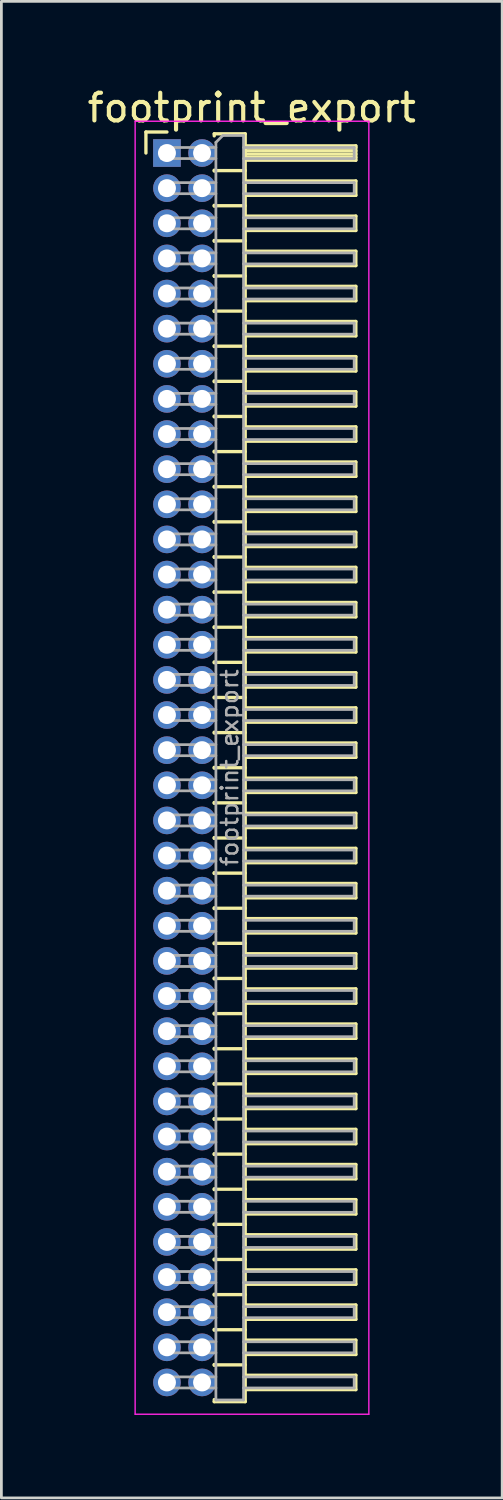
<source format=kicad_pcb>
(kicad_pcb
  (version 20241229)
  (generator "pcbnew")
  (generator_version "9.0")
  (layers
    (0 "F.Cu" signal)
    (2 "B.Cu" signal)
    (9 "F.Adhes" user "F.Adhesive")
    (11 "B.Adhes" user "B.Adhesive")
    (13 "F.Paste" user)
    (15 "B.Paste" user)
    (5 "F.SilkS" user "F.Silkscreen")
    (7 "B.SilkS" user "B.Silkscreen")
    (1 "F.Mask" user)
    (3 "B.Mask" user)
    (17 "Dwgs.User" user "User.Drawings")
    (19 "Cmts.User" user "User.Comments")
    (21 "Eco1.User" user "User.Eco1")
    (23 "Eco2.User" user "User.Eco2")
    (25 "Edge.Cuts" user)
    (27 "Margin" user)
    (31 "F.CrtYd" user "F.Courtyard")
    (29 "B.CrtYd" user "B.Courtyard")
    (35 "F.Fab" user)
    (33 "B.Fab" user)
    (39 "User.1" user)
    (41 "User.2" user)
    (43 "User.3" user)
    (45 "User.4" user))
  (footprint "footprint_export"
    (layer "F.Cu")
    (at 2.986 2.483)
    (property "Reference" "footprint_export" (at 3.067 -1.635 0) (layer "F.SilkS") (effects (font (size 1 1) (thickness 0.15))))
    (attr through_hole)
    (fp_line (start -0.76 -0.76) (end 0 -0.76) (stroke (width 0.12) (type solid)) (layer "F.SilkS"))
    (fp_line (start -0.76 0) (end -0.76 -0.76) (stroke (width 0.12) (type solid)) (layer "F.SilkS"))
    (fp_line (start 1.71 -0.695) (end 2.83 -0.695) (stroke (width 0.12) (type solid)) (layer "F.SilkS"))
    (fp_line (start 1.71 -0.62) (end 1.71 -0.695) (stroke (width 0.12) (type solid)) (layer "F.SilkS"))
    (fp_line (start 1.71 0.62) (end 1.71 0.65) (stroke (width 0.12) (type solid)) (layer "F.SilkS"))
    (fp_line (start 1.71 0.635) (end 2.83 0.635) (stroke (width 0.12) (type solid)) (layer "F.SilkS"))
    (fp_line (start 1.71 1.89) (end 1.71 1.92) (stroke (width 0.12) (type solid)) (layer "F.SilkS"))
    (fp_line (start 1.71 1.905) (end 2.83 1.905) (stroke (width 0.12) (type solid)) (layer "F.SilkS"))
    (fp_line (start 1.71 3.16) (end 1.71 3.19) (stroke (width 0.12) (type solid)) (layer "F.SilkS"))
    (fp_line (start 1.71 3.175) (end 2.83 3.175) (stroke (width 0.12) (type solid)) (layer "F.SilkS"))
    (fp_line (start 1.71 4.43) (end 1.71 4.46) (stroke (width 0.12) (type solid)) (layer "F.SilkS"))
    (fp_line (start 1.71 4.445) (end 2.83 4.445) (stroke (width 0.12) (type solid)) (layer "F.SilkS"))
    (fp_line (start 1.71 5.7) (end 1.71 5.73) (stroke (width 0.12) (type solid)) (layer "F.SilkS"))
    (fp_line (start 1.71 5.715) (end 2.83 5.715) (stroke (width 0.12) (type solid)) (layer "F.SilkS"))
    (fp_line (start 1.71 6.97) (end 1.71 7) (stroke (width 0.12) (type solid)) (layer "F.SilkS"))
    (fp_line (start 1.71 6.985) (end 2.83 6.985) (stroke (width 0.12) (type solid)) (layer "F.SilkS"))
    (fp_line (start 1.71 8.24) (end 1.71 8.27) (stroke (width 0.12) (type solid)) (layer "F.SilkS"))
    (fp_line (start 1.71 8.255) (end 2.83 8.255) (stroke (width 0.12) (type solid)) (layer "F.SilkS"))
    (fp_line (start 1.71 9.51) (end 1.71 9.54) (stroke (width 0.12) (type solid)) (layer "F.SilkS"))
    (fp_line (start 1.71 9.525) (end 2.83 9.525) (stroke (width 0.12) (type solid)) (layer "F.SilkS"))
    (fp_line (start 1.71 10.78) (end 1.71 10.81) (stroke (width 0.12) (type solid)) (layer "F.SilkS"))
    (fp_line (start 1.71 10.795) (end 2.83 10.795) (stroke (width 0.12) (type solid)) (layer "F.SilkS"))
    (fp_line (start 1.71 12.05) (end 1.71 12.08) (stroke (width 0.12) (type solid)) (layer "F.SilkS"))
    (fp_line (start 1.71 12.065) (end 2.83 12.065) (stroke (width 0.12) (type solid)) (layer "F.SilkS"))
    (fp_line (start 1.71 13.32) (end 1.71 13.35) (stroke (width 0.12) (type solid)) (layer "F.SilkS"))
    (fp_line (start 1.71 13.335) (end 2.83 13.335) (stroke (width 0.12) (type solid)) (layer "F.SilkS"))
    (fp_line (start 1.71 14.59) (end 1.71 14.62) (stroke (width 0.12) (type solid)) (layer "F.SilkS"))
    (fp_line (start 1.71 14.605) (end 2.83 14.605) (stroke (width 0.12) (type solid)) (layer "F.SilkS"))
    (fp_line (start 1.71 15.86) (end 1.71 15.89) (stroke (width 0.12) (type solid)) (layer "F.SilkS"))
    (fp_line (start 1.71 15.875) (end 2.83 15.875) (stroke (width 0.12) (type solid)) (layer "F.SilkS"))
    (fp_line (start 1.71 17.13) (end 1.71 17.16) (stroke (width 0.12) (type solid)) (layer "F.SilkS"))
    (fp_line (start 1.71 17.145) (end 2.83 17.145) (stroke (width 0.12) (type solid)) (layer "F.SilkS"))
    (fp_line (start 1.71 18.4) (end 1.71 18.43) (stroke (width 0.12) (type solid)) (layer "F.SilkS"))
    (fp_line (start 1.71 18.415) (end 2.83 18.415) (stroke (width 0.12) (type solid)) (layer "F.SilkS"))
    (fp_line (start 1.71 19.67) (end 1.71 19.7) (stroke (width 0.12) (type solid)) (layer "F.SilkS"))
    (fp_line (start 1.71 19.685) (end 2.83 19.685) (stroke (width 0.12) (type solid)) (layer "F.SilkS"))
    (fp_line (start 1.71 20.94) (end 1.71 20.97) (stroke (width 0.12) (type solid)) (layer "F.SilkS"))
    (fp_line (start 1.71 20.955) (end 2.83 20.955) (stroke (width 0.12) (type solid)) (layer "F.SilkS"))
    (fp_line (start 1.71 22.21) (end 1.71 22.24) (stroke (width 0.12) (type solid)) (layer "F.SilkS"))
    (fp_line (start 1.71 22.225) (end 2.83 22.225) (stroke (width 0.12) (type solid)) (layer "F.SilkS"))
    (fp_line (start 1.71 23.48) (end 1.71 23.51) (stroke (width 0.12) (type solid)) (layer "F.SilkS"))
    (fp_line (start 1.71 23.495) (end 2.83 23.495) (stroke (width 0.12) (type solid)) (layer "F.SilkS"))
    (fp_line (start 1.71 24.75) (end 1.71 24.78) (stroke (width 0.12) (type solid)) (layer "F.SilkS"))
    (fp_line (start 1.71 24.765) (end 2.83 24.765) (stroke (width 0.12) (type solid)) (layer "F.SilkS"))
    (fp_line (start 1.71 26.02) (end 1.71 26.05) (stroke (width 0.12) (type solid)) (layer "F.SilkS"))
    (fp_line (start 1.71 26.035) (end 2.83 26.035) (stroke (width 0.12) (type solid)) (layer "F.SilkS"))
    (fp_line (start 1.71 27.29) (end 1.71 27.32) (stroke (width 0.12) (type solid)) (layer "F.SilkS"))
    (fp_line (start 1.71 27.305) (end 2.83 27.305) (stroke (width 0.12) (type solid)) (layer "F.SilkS"))
    (fp_line (start 1.71 28.56) (end 1.71 28.59) (stroke (width 0.12) (type solid)) (layer "F.SilkS"))
    (fp_line (start 1.71 28.575) (end 2.83 28.575) (stroke (width 0.12) (type solid)) (layer "F.SilkS"))
    (fp_line (start 1.71 29.83) (end 1.71 29.86) (stroke (width 0.12) (type solid)) (layer "F.SilkS"))
    (fp_line (start 1.71 29.845) (end 2.83 29.845) (stroke (width 0.12) (type solid)) (layer "F.SilkS"))
    (fp_line (start 1.71 31.1) (end 1.71 31.13) (stroke (width 0.12) (type solid)) (layer "F.SilkS"))
    (fp_line (start 1.71 31.115) (end 2.83 31.115) (stroke (width 0.12) (type solid)) (layer "F.SilkS"))
    (fp_line (start 1.71 32.37) (end 1.71 32.4) (stroke (width 0.12) (type solid)) (layer "F.SilkS"))
    (fp_line (start 1.71 32.385) (end 2.83 32.385) (stroke (width 0.12) (type solid)) (layer "F.SilkS"))
    (fp_line (start 1.71 33.64) (end 1.71 33.67) (stroke (width 0.12) (type solid)) (layer "F.SilkS"))
    (fp_line (start 1.71 33.655) (end 2.83 33.655) (stroke (width 0.12) (type solid)) (layer "F.SilkS"))
    (fp_line (start 1.71 34.91) (end 1.71 34.94) (stroke (width 0.12) (type solid)) (layer "F.SilkS"))
    (fp_line (start 1.71 34.925) (end 2.83 34.925) (stroke (width 0.12) (type solid)) (layer "F.SilkS"))
    (fp_line (start 1.71 36.18) (end 1.71 36.21) (stroke (width 0.12) (type solid)) (layer "F.SilkS"))
    (fp_line (start 1.71 36.195) (end 2.83 36.195) (stroke (width 0.12) (type solid)) (layer "F.SilkS"))
    (fp_line (start 1.71 37.45) (end 1.71 37.48) (stroke (width 0.12) (type solid)) (layer "F.SilkS"))
    (fp_line (start 1.71 37.465) (end 2.83 37.465) (stroke (width 0.12) (type solid)) (layer "F.SilkS"))
    (fp_line (start 1.71 38.72) (end 1.71 38.75) (stroke (width 0.12) (type solid)) (layer "F.SilkS"))
    (fp_line (start 1.71 38.735) (end 2.83 38.735) (stroke (width 0.12) (type solid)) (layer "F.SilkS"))
    (fp_line (start 1.71 39.99) (end 1.71 40.02) (stroke (width 0.12) (type solid)) (layer "F.SilkS"))
    (fp_line (start 1.71 40.005) (end 2.83 40.005) (stroke (width 0.12) (type solid)) (layer "F.SilkS"))
    (fp_line (start 1.71 41.26) (end 1.71 41.29) (stroke (width 0.12) (type solid)) (layer "F.SilkS"))
    (fp_line (start 1.71 41.275) (end 2.83 41.275) (stroke (width 0.12) (type solid)) (layer "F.SilkS"))
    (fp_line (start 1.71 42.53) (end 1.71 42.56) (stroke (width 0.12) (type solid)) (layer "F.SilkS"))
    (fp_line (start 1.71 42.545) (end 2.83 42.545) (stroke (width 0.12) (type solid)) (layer "F.SilkS"))
    (fp_line (start 1.71 43.8) (end 1.71 43.83) (stroke (width 0.12) (type solid)) (layer "F.SilkS"))
    (fp_line (start 1.71 43.815) (end 2.83 43.815) (stroke (width 0.12) (type solid)) (layer "F.SilkS"))
    (fp_line (start 1.71 45.145) (end 1.71 45.07) (stroke (width 0.12) (type solid)) (layer "F.SilkS"))
    (fp_line (start 2.83 -0.695) (end 2.83 45.145) (stroke (width 0.12) (type solid)) (layer "F.SilkS"))
    (fp_line (start 2.83 -0.26) (end 6.83 -0.26) (stroke (width 0.12) (type solid)) (layer "F.SilkS"))
    (fp_line (start 2.83 -0.2) (end 6.83 -0.2) (stroke (width 0.12) (type solid)) (layer "F.SilkS"))
    (fp_line (start 2.83 -0.08) (end 6.83 -0.08) (stroke (width 0.12) (type solid)) (layer "F.SilkS"))
    (fp_line (start 2.83 0.04) (end 6.83 0.04) (stroke (width 0.12) (type solid)) (layer "F.SilkS"))
    (fp_line (start 2.83 0.16) (end 6.83 0.16) (stroke (width 0.12) (type solid)) (layer "F.SilkS"))
    (fp_line (start 2.83 1.01) (end 6.83 1.01) (stroke (width 0.12) (type solid)) (layer "F.SilkS"))
    (fp_line (start 2.83 2.28) (end 6.83 2.28) (stroke (width 0.12) (type solid)) (layer "F.SilkS"))
    (fp_line (start 2.83 3.55) (end 6.83 3.55) (stroke (width 0.12) (type solid)) (layer "F.SilkS"))
    (fp_line (start 2.83 4.82) (end 6.83 4.82) (stroke (width 0.12) (type solid)) (layer "F.SilkS"))
    (fp_line (start 2.83 6.09) (end 6.83 6.09) (stroke (width 0.12) (type solid)) (layer "F.SilkS"))
    (fp_line (start 2.83 7.36) (end 6.83 7.36) (stroke (width 0.12) (type solid)) (layer "F.SilkS"))
    (fp_line (start 2.83 8.63) (end 6.83 8.63) (stroke (width 0.12) (type solid)) (layer "F.SilkS"))
    (fp_line (start 2.83 9.9) (end 6.83 9.9) (stroke (width 0.12) (type solid)) (layer "F.SilkS"))
    (fp_line (start 2.83 11.17) (end 6.83 11.17) (stroke (width 0.12) (type solid)) (layer "F.SilkS"))
    (fp_line (start 2.83 12.44) (end 6.83 12.44) (stroke (width 0.12) (type solid)) (layer "F.SilkS"))
    (fp_line (start 2.83 13.71) (end 6.83 13.71) (stroke (width 0.12) (type solid)) (layer "F.SilkS"))
    (fp_line (start 2.83 14.98) (end 6.83 14.98) (stroke (width 0.12) (type solid)) (layer "F.SilkS"))
    (fp_line (start 2.83 16.25) (end 6.83 16.25) (stroke (width 0.12) (type solid)) (layer "F.SilkS"))
    (fp_line (start 2.83 17.52) (end 6.83 17.52) (stroke (width 0.12) (type solid)) (layer "F.SilkS"))
    (fp_line (start 2.83 18.79) (end 6.83 18.79) (stroke (width 0.12) (type solid)) (layer "F.SilkS"))
    (fp_line (start 2.83 20.06) (end 6.83 20.06) (stroke (width 0.12) (type solid)) (layer "F.SilkS"))
    (fp_line (start 2.83 21.33) (end 6.83 21.33) (stroke (width 0.12) (type solid)) (layer "F.SilkS"))
    (fp_line (start 2.83 22.6) (end 6.83 22.6) (stroke (width 0.12) (type solid)) (layer "F.SilkS"))
    (fp_line (start 2.83 23.87) (end 6.83 23.87) (stroke (width 0.12) (type solid)) (layer "F.SilkS"))
    (fp_line (start 2.83 25.14) (end 6.83 25.14) (stroke (width 0.12) (type solid)) (layer "F.SilkS"))
    (fp_line (start 2.83 26.41) (end 6.83 26.41) (stroke (width 0.12) (type solid)) (layer "F.SilkS"))
    (fp_line (start 2.83 27.68) (end 6.83 27.68) (stroke (width 0.12) (type solid)) (layer "F.SilkS"))
    (fp_line (start 2.83 28.95) (end 6.83 28.95) (stroke (width 0.12) (type solid)) (layer "F.SilkS"))
    (fp_line (start 2.83 30.22) (end 6.83 30.22) (stroke (width 0.12) (type solid)) (layer "F.SilkS"))
    (fp_line (start 2.83 31.49) (end 6.83 31.49) (stroke (width 0.12) (type solid)) (layer "F.SilkS"))
    (fp_line (start 2.83 32.76) (end 6.83 32.76) (stroke (width 0.12) (type solid)) (layer "F.SilkS"))
    (fp_line (start 2.83 34.03) (end 6.83 34.03) (stroke (width 0.12) (type solid)) (layer "F.SilkS"))
    (fp_line (start 2.83 35.3) (end 6.83 35.3) (stroke (width 0.12) (type solid)) (layer "F.SilkS"))
    (fp_line (start 2.83 36.57) (end 6.83 36.57) (stroke (width 0.12) (type solid)) (layer "F.SilkS"))
    (fp_line (start 2.83 37.84) (end 6.83 37.84) (stroke (width 0.12) (type solid)) (layer "F.SilkS"))
    (fp_line (start 2.83 39.11) (end 6.83 39.11) (stroke (width 0.12) (type solid)) (layer "F.SilkS"))
    (fp_line (start 2.83 40.38) (end 6.83 40.38) (stroke (width 0.12) (type solid)) (layer "F.SilkS"))
    (fp_line (start 2.83 41.65) (end 6.83 41.65) (stroke (width 0.12) (type solid)) (layer "F.SilkS"))
    (fp_line (start 2.83 42.92) (end 6.83 42.92) (stroke (width 0.12) (type solid)) (layer "F.SilkS"))
    (fp_line (start 2.83 44.19) (end 6.83 44.19) (stroke (width 0.12) (type solid)) (layer "F.SilkS"))
    (fp_line (start 2.83 45.145) (end 1.71 45.145) (stroke (width 0.12) (type solid)) (layer "F.SilkS"))
    (fp_line (start 6.83 -0.26) (end 6.83 0.26) (stroke (width 0.12) (type solid)) (layer "F.SilkS"))
    (fp_line (start 6.83 0.26) (end 2.83 0.26) (stroke (width 0.12) (type solid)) (layer "F.SilkS"))
    (fp_line (start 6.83 1.01) (end 6.83 1.53) (stroke (width 0.12) (type solid)) (layer "F.SilkS"))
    (fp_line (start 6.83 1.53) (end 2.83 1.53) (stroke (width 0.12) (type solid)) (layer "F.SilkS"))
    (fp_line (start 6.83 2.28) (end 6.83 2.8) (stroke (width 0.12) (type solid)) (layer "F.SilkS"))
    (fp_line (start 6.83 2.8) (end 2.83 2.8) (stroke (width 0.12) (type solid)) (layer "F.SilkS"))
    (fp_line (start 6.83 3.55) (end 6.83 4.07) (stroke (width 0.12) (type solid)) (layer "F.SilkS"))
    (fp_line (start 6.83 4.07) (end 2.83 4.07) (stroke (width 0.12) (type solid)) (layer "F.SilkS"))
    (fp_line (start 6.83 4.82) (end 6.83 5.34) (stroke (width 0.12) (type solid)) (layer "F.SilkS"))
    (fp_line (start 6.83 5.34) (end 2.83 5.34) (stroke (width 0.12) (type solid)) (layer "F.SilkS"))
    (fp_line (start 6.83 6.09) (end 6.83 6.61) (stroke (width 0.12) (type solid)) (layer "F.SilkS"))
    (fp_line (start 6.83 6.61) (end 2.83 6.61) (stroke (width 0.12) (type solid)) (layer "F.SilkS"))
    (fp_line (start 6.83 7.36) (end 6.83 7.88) (stroke (width 0.12) (type solid)) (layer "F.SilkS"))
    (fp_line (start 6.83 7.88) (end 2.83 7.88) (stroke (width 0.12) (type solid)) (layer "F.SilkS"))
    (fp_line (start 6.83 8.63) (end 6.83 9.15) (stroke (width 0.12) (type solid)) (layer "F.SilkS"))
    (fp_line (start 6.83 9.15) (end 2.83 9.15) (stroke (width 0.12) (type solid)) (layer "F.SilkS"))
    (fp_line (start 6.83 9.9) (end 6.83 10.42) (stroke (width 0.12) (type solid)) (layer "F.SilkS"))
    (fp_line (start 6.83 10.42) (end 2.83 10.42) (stroke (width 0.12) (type solid)) (layer "F.SilkS"))
    (fp_line (start 6.83 11.17) (end 6.83 11.69) (stroke (width 0.12) (type solid)) (layer "F.SilkS"))
    (fp_line (start 6.83 11.69) (end 2.83 11.69) (stroke (width 0.12) (type solid)) (layer "F.SilkS"))
    (fp_line (start 6.83 12.44) (end 6.83 12.96) (stroke (width 0.12) (type solid)) (layer "F.SilkS"))
    (fp_line (start 6.83 12.96) (end 2.83 12.96) (stroke (width 0.12) (type solid)) (layer "F.SilkS"))
    (fp_line (start 6.83 13.71) (end 6.83 14.23) (stroke (width 0.12) (type solid)) (layer "F.SilkS"))
    (fp_line (start 6.83 14.23) (end 2.83 14.23) (stroke (width 0.12) (type solid)) (layer "F.SilkS"))
    (fp_line (start 6.83 14.98) (end 6.83 15.5) (stroke (width 0.12) (type solid)) (layer "F.SilkS"))
    (fp_line (start 6.83 15.5) (end 2.83 15.5) (stroke (width 0.12) (type solid)) (layer "F.SilkS"))
    (fp_line (start 6.83 16.25) (end 6.83 16.77) (stroke (width 0.12) (type solid)) (layer "F.SilkS"))
    (fp_line (start 6.83 16.77) (end 2.83 16.77) (stroke (width 0.12) (type solid)) (layer "F.SilkS"))
    (fp_line (start 6.83 17.52) (end 6.83 18.04) (stroke (width 0.12) (type solid)) (layer "F.SilkS"))
    (fp_line (start 6.83 18.04) (end 2.83 18.04) (stroke (width 0.12) (type solid)) (layer "F.SilkS"))
    (fp_line (start 6.83 18.79) (end 6.83 19.31) (stroke (width 0.12) (type solid)) (layer "F.SilkS"))
    (fp_line (start 6.83 19.31) (end 2.83 19.31) (stroke (width 0.12) (type solid)) (layer "F.SilkS"))
    (fp_line (start 6.83 20.06) (end 6.83 20.58) (stroke (width 0.12) (type solid)) (layer "F.SilkS"))
    (fp_line (start 6.83 20.58) (end 2.83 20.58) (stroke (width 0.12) (type solid)) (layer "F.SilkS"))
    (fp_line (start 6.83 21.33) (end 6.83 21.85) (stroke (width 0.12) (type solid)) (layer "F.SilkS"))
    (fp_line (start 6.83 21.85) (end 2.83 21.85) (stroke (width 0.12) (type solid)) (layer "F.SilkS"))
    (fp_line (start 6.83 22.6) (end 6.83 23.12) (stroke (width 0.12) (type solid)) (layer "F.SilkS"))
    (fp_line (start 6.83 23.12) (end 2.83 23.12) (stroke (width 0.12) (type solid)) (layer "F.SilkS"))
    (fp_line (start 6.83 23.87) (end 6.83 24.39) (stroke (width 0.12) (type solid)) (layer "F.SilkS"))
    (fp_line (start 6.83 24.39) (end 2.83 24.39) (stroke (width 0.12) (type solid)) (layer "F.SilkS"))
    (fp_line (start 6.83 25.14) (end 6.83 25.66) (stroke (width 0.12) (type solid)) (layer "F.SilkS"))
    (fp_line (start 6.83 25.66) (end 2.83 25.66) (stroke (width 0.12) (type solid)) (layer "F.SilkS"))
    (fp_line (start 6.83 26.41) (end 6.83 26.93) (stroke (width 0.12) (type solid)) (layer "F.SilkS"))
    (fp_line (start 6.83 26.93) (end 2.83 26.93) (stroke (width 0.12) (type solid)) (layer "F.SilkS"))
    (fp_line (start 6.83 27.68) (end 6.83 28.2) (stroke (width 0.12) (type solid)) (layer "F.SilkS"))
    (fp_line (start 6.83 28.2) (end 2.83 28.2) (stroke (width 0.12) (type solid)) (layer "F.SilkS"))
    (fp_line (start 6.83 28.95) (end 6.83 29.47) (stroke (width 0.12) (type solid)) (layer "F.SilkS"))
    (fp_line (start 6.83 29.47) (end 2.83 29.47) (stroke (width 0.12) (type solid)) (layer "F.SilkS"))
    (fp_line (start 6.83 30.22) (end 6.83 30.74) (stroke (width 0.12) (type solid)) (layer "F.SilkS"))
    (fp_line (start 6.83 30.74) (end 2.83 30.74) (stroke (width 0.12) (type solid)) (layer "F.SilkS"))
    (fp_line (start 6.83 31.49) (end 6.83 32.01) (stroke (width 0.12) (type solid)) (layer "F.SilkS"))
    (fp_line (start 6.83 32.01) (end 2.83 32.01) (stroke (width 0.12) (type solid)) (layer "F.SilkS"))
    (fp_line (start 6.83 32.76) (end 6.83 33.28) (stroke (width 0.12) (type solid)) (layer "F.SilkS"))
    (fp_line (start 6.83 33.28) (end 2.83 33.28) (stroke (width 0.12) (type solid)) (layer "F.SilkS"))
    (fp_line (start 6.83 34.03) (end 6.83 34.55) (stroke (width 0.12) (type solid)) (layer "F.SilkS"))
    (fp_line (start 6.83 34.55) (end 2.83 34.55) (stroke (width 0.12) (type solid)) (layer "F.SilkS"))
    (fp_line (start 6.83 35.3) (end 6.83 35.82) (stroke (width 0.12) (type solid)) (layer "F.SilkS"))
    (fp_line (start 6.83 35.82) (end 2.83 35.82) (stroke (width 0.12) (type solid)) (layer "F.SilkS"))
    (fp_line (start 6.83 36.57) (end 6.83 37.09) (stroke (width 0.12) (type solid)) (layer "F.SilkS"))
    (fp_line (start 6.83 37.09) (end 2.83 37.09) (stroke (width 0.12) (type solid)) (layer "F.SilkS"))
    (fp_line (start 6.83 37.84) (end 6.83 38.36) (stroke (width 0.12) (type solid)) (layer "F.SilkS"))
    (fp_line (start 6.83 38.36) (end 2.83 38.36) (stroke (width 0.12) (type solid)) (layer "F.SilkS"))
    (fp_line (start 6.83 39.11) (end 6.83 39.63) (stroke (width 0.12) (type solid)) (layer "F.SilkS"))
    (fp_line (start 6.83 39.63) (end 2.83 39.63) (stroke (width 0.12) (type solid)) (layer "F.SilkS"))
    (fp_line (start 6.83 40.38) (end 6.83 40.9) (stroke (width 0.12) (type solid)) (layer "F.SilkS"))
    (fp_line (start 6.83 40.9) (end 2.83 40.9) (stroke (width 0.12) (type solid)) (layer "F.SilkS"))
    (fp_line (start 6.83 41.65) (end 6.83 42.17) (stroke (width 0.12) (type solid)) (layer "F.SilkS"))
    (fp_line (start 6.83 42.17) (end 2.83 42.17) (stroke (width 0.12) (type solid)) (layer "F.SilkS"))
    (fp_line (start 6.83 42.92) (end 6.83 43.44) (stroke (width 0.12) (type solid)) (layer "F.SilkS"))
    (fp_line (start 6.83 43.44) (end 2.83 43.44) (stroke (width 0.12) (type solid)) (layer "F.SilkS"))
    (fp_line (start 6.83 44.19) (end 6.83 44.71) (stroke (width 0.12) (type solid)) (layer "F.SilkS"))
    (fp_line (start 6.83 44.71) (end 2.83 44.71) (stroke (width 0.12) (type solid)) (layer "F.SilkS"))
    (fp_line (start -1.15 -1.15) (end -1.15 45.6) (stroke (width 0.05) (type solid)) (layer "F.CrtYd"))
    (fp_line (start -1.15 45.6) (end 7.3 45.6) (stroke (width 0.05) (type solid)) (layer "F.CrtYd"))
    (fp_line (start 7.3 -1.15) (end -1.15 -1.15) (stroke (width 0.05) (type solid)) (layer "F.CrtYd"))
    (fp_line (start 7.3 45.6) (end 7.3 -1.15) (stroke (width 0.05) (type solid)) (layer "F.CrtYd"))
    (fp_line (start -0.2 -0.2) (end -0.2 0.2) (stroke (width 0.1) (type solid)) (layer "F.Fab"))
    (fp_line (start -0.2 -0.2) (end 1.77 -0.2) (stroke (width 0.1) (type solid)) (layer "F.Fab"))
    (fp_line (start -0.2 0.2) (end 1.77 0.2) (stroke (width 0.1) (type solid)) (layer "F.Fab"))
    (fp_line (start -0.2 1.07) (end -0.2 1.47) (stroke (width 0.1) (type solid)) (layer "F.Fab"))
    (fp_line (start -0.2 1.07) (end 1.77 1.07) (stroke (width 0.1) (type solid)) (layer "F.Fab"))
    (fp_line (start -0.2 1.47) (end 1.77 1.47) (stroke (width 0.1) (type solid)) (layer "F.Fab"))
    (fp_line (start -0.2 2.34) (end -0.2 2.74) (stroke (width 0.1) (type solid)) (layer "F.Fab"))
    (fp_line (start -0.2 2.34) (end 1.77 2.34) (stroke (width 0.1) (type solid)) (layer "F.Fab"))
    (fp_line (start -0.2 2.74) (end 1.77 2.74) (stroke (width 0.1) (type solid)) (layer "F.Fab"))
    (fp_line (start -0.2 3.61) (end -0.2 4.01) (stroke (width 0.1) (type solid)) (layer "F.Fab"))
    (fp_line (start -0.2 3.61) (end 1.77 3.61) (stroke (width 0.1) (type solid)) (layer "F.Fab"))
    (fp_line (start -0.2 4.01) (end 1.77 4.01) (stroke (width 0.1) (type solid)) (layer "F.Fab"))
    (fp_line (start -0.2 4.88) (end -0.2 5.28) (stroke (width 0.1) (type solid)) (layer "F.Fab"))
    (fp_line (start -0.2 4.88) (end 1.77 4.88) (stroke (width 0.1) (type solid)) (layer "F.Fab"))
    (fp_line (start -0.2 5.28) (end 1.77 5.28) (stroke (width 0.1) (type solid)) (layer "F.Fab"))
    (fp_line (start -0.2 6.15) (end -0.2 6.55) (stroke (width 0.1) (type solid)) (layer "F.Fab"))
    (fp_line (start -0.2 6.15) (end 1.77 6.15) (stroke (width 0.1) (type solid)) (layer "F.Fab"))
    (fp_line (start -0.2 6.55) (end 1.77 6.55) (stroke (width 0.1) (type solid)) (layer "F.Fab"))
    (fp_line (start -0.2 7.42) (end -0.2 7.82) (stroke (width 0.1) (type solid)) (layer "F.Fab"))
    (fp_line (start -0.2 7.42) (end 1.77 7.42) (stroke (width 0.1) (type solid)) (layer "F.Fab"))
    (fp_line (start -0.2 7.82) (end 1.77 7.82) (stroke (width 0.1) (type solid)) (layer "F.Fab"))
    (fp_line (start -0.2 8.69) (end -0.2 9.09) (stroke (width 0.1) (type solid)) (layer "F.Fab"))
    (fp_line (start -0.2 8.69) (end 1.77 8.69) (stroke (width 0.1) (type solid)) (layer "F.Fab"))
    (fp_line (start -0.2 9.09) (end 1.77 9.09) (stroke (width 0.1) (type solid)) (layer "F.Fab"))
    (fp_line (start -0.2 9.96) (end -0.2 10.36) (stroke (width 0.1) (type solid)) (layer "F.Fab"))
    (fp_line (start -0.2 9.96) (end 1.77 9.96) (stroke (width 0.1) (type solid)) (layer "F.Fab"))
    (fp_line (start -0.2 10.36) (end 1.77 10.36) (stroke (width 0.1) (type solid)) (layer "F.Fab"))
    (fp_line (start -0.2 11.23) (end -0.2 11.63) (stroke (width 0.1) (type solid)) (layer "F.Fab"))
    (fp_line (start -0.2 11.23) (end 1.77 11.23) (stroke (width 0.1) (type solid)) (layer "F.Fab"))
    (fp_line (start -0.2 11.63) (end 1.77 11.63) (stroke (width 0.1) (type solid)) (layer "F.Fab"))
    (fp_line (start -0.2 12.5) (end -0.2 12.9) (stroke (width 0.1) (type solid)) (layer "F.Fab"))
    (fp_line (start -0.2 12.5) (end 1.77 12.5) (stroke (width 0.1) (type solid)) (layer "F.Fab"))
    (fp_line (start -0.2 12.9) (end 1.77 12.9) (stroke (width 0.1) (type solid)) (layer "F.Fab"))
    (fp_line (start -0.2 13.77) (end -0.2 14.17) (stroke (width 0.1) (type solid)) (layer "F.Fab"))
    (fp_line (start -0.2 13.77) (end 1.77 13.77) (stroke (width 0.1) (type solid)) (layer "F.Fab"))
    (fp_line (start -0.2 14.17) (end 1.77 14.17) (stroke (width 0.1) (type solid)) (layer "F.Fab"))
    (fp_line (start -0.2 15.04) (end -0.2 15.44) (stroke (width 0.1) (type solid)) (layer "F.Fab"))
    (fp_line (start -0.2 15.04) (end 1.77 15.04) (stroke (width 0.1) (type solid)) (layer "F.Fab"))
    (fp_line (start -0.2 15.44) (end 1.77 15.44) (stroke (width 0.1) (type solid)) (layer "F.Fab"))
    (fp_line (start -0.2 16.31) (end -0.2 16.71) (stroke (width 0.1) (type solid)) (layer "F.Fab"))
    (fp_line (start -0.2 16.31) (end 1.77 16.31) (stroke (width 0.1) (type solid)) (layer "F.Fab"))
    (fp_line (start -0.2 16.71) (end 1.77 16.71) (stroke (width 0.1) (type solid)) (layer "F.Fab"))
    (fp_line (start -0.2 17.58) (end -0.2 17.98) (stroke (width 0.1) (type solid)) (layer "F.Fab"))
    (fp_line (start -0.2 17.58) (end 1.77 17.58) (stroke (width 0.1) (type solid)) (layer "F.Fab"))
    (fp_line (start -0.2 17.98) (end 1.77 17.98) (stroke (width 0.1) (type solid)) (layer "F.Fab"))
    (fp_line (start -0.2 18.85) (end -0.2 19.25) (stroke (width 0.1) (type solid)) (layer "F.Fab"))
    (fp_line (start -0.2 18.85) (end 1.77 18.85) (stroke (width 0.1) (type solid)) (layer "F.Fab"))
    (fp_line (start -0.2 19.25) (end 1.77 19.25) (stroke (width 0.1) (type solid)) (layer "F.Fab"))
    (fp_line (start -0.2 20.12) (end -0.2 20.52) (stroke (width 0.1) (type solid)) (layer "F.Fab"))
    (fp_line (start -0.2 20.12) (end 1.77 20.12) (stroke (width 0.1) (type solid)) (layer "F.Fab"))
    (fp_line (start -0.2 20.52) (end 1.77 20.52) (stroke (width 0.1) (type solid)) (layer "F.Fab"))
    (fp_line (start -0.2 21.39) (end -0.2 21.79) (stroke (width 0.1) (type solid)) (layer "F.Fab"))
    (fp_line (start -0.2 21.39) (end 1.77 21.39) (stroke (width 0.1) (type solid)) (layer "F.Fab"))
    (fp_line (start -0.2 21.79) (end 1.77 21.79) (stroke (width 0.1) (type solid)) (layer "F.Fab"))
    (fp_line (start -0.2 22.66) (end -0.2 23.06) (stroke (width 0.1) (type solid)) (layer "F.Fab"))
    (fp_line (start -0.2 22.66) (end 1.77 22.66) (stroke (width 0.1) (type solid)) (layer "F.Fab"))
    (fp_line (start -0.2 23.06) (end 1.77 23.06) (stroke (width 0.1) (type solid)) (layer "F.Fab"))
    (fp_line (start -0.2 23.93) (end -0.2 24.33) (stroke (width 0.1) (type solid)) (layer "F.Fab"))
    (fp_line (start -0.2 23.93) (end 1.77 23.93) (stroke (width 0.1) (type solid)) (layer "F.Fab"))
    (fp_line (start -0.2 24.33) (end 1.77 24.33) (stroke (width 0.1) (type solid)) (layer "F.Fab"))
    (fp_line (start -0.2 25.2) (end -0.2 25.6) (stroke (width 0.1) (type solid)) (layer "F.Fab"))
    (fp_line (start -0.2 25.2) (end 1.77 25.2) (stroke (width 0.1) (type solid)) (layer "F.Fab"))
    (fp_line (start -0.2 25.6) (end 1.77 25.6) (stroke (width 0.1) (type solid)) (layer "F.Fab"))
    (fp_line (start -0.2 26.47) (end -0.2 26.87) (stroke (width 0.1) (type solid)) (layer "F.Fab"))
    (fp_line (start -0.2 26.47) (end 1.77 26.47) (stroke (width 0.1) (type solid)) (layer "F.Fab"))
    (fp_line (start -0.2 26.87) (end 1.77 26.87) (stroke (width 0.1) (type solid)) (layer "F.Fab"))
    (fp_line (start -0.2 27.74) (end -0.2 28.14) (stroke (width 0.1) (type solid)) (layer "F.Fab"))
    (fp_line (start -0.2 27.74) (end 1.77 27.74) (stroke (width 0.1) (type solid)) (layer "F.Fab"))
    (fp_line (start -0.2 28.14) (end 1.77 28.14) (stroke (width 0.1) (type solid)) (layer "F.Fab"))
    (fp_line (start -0.2 29.01) (end -0.2 29.41) (stroke (width 0.1) (type solid)) (layer "F.Fab"))
    (fp_line (start -0.2 29.01) (end 1.77 29.01) (stroke (width 0.1) (type solid)) (layer "F.Fab"))
    (fp_line (start -0.2 29.41) (end 1.77 29.41) (stroke (width 0.1) (type solid)) (layer "F.Fab"))
    (fp_line (start -0.2 30.28) (end -0.2 30.68) (stroke (width 0.1) (type solid)) (layer "F.Fab"))
    (fp_line (start -0.2 30.28) (end 1.77 30.28) (stroke (width 0.1) (type solid)) (layer "F.Fab"))
    (fp_line (start -0.2 30.68) (end 1.77 30.68) (stroke (width 0.1) (type solid)) (layer "F.Fab"))
    (fp_line (start -0.2 31.55) (end -0.2 31.95) (stroke (width 0.1) (type solid)) (layer "F.Fab"))
    (fp_line (start -0.2 31.55) (end 1.77 31.55) (stroke (width 0.1) (type solid)) (layer "F.Fab"))
    (fp_line (start -0.2 31.95) (end 1.77 31.95) (stroke (width 0.1) (type solid)) (layer "F.Fab"))
    (fp_line (start -0.2 32.82) (end -0.2 33.22) (stroke (width 0.1) (type solid)) (layer "F.Fab"))
    (fp_line (start -0.2 32.82) (end 1.77 32.82) (stroke (width 0.1) (type solid)) (layer "F.Fab"))
    (fp_line (start -0.2 33.22) (end 1.77 33.22) (stroke (width 0.1) (type solid)) (layer "F.Fab"))
    (fp_line (start -0.2 34.09) (end -0.2 34.49) (stroke (width 0.1) (type solid)) (layer "F.Fab"))
    (fp_line (start -0.2 34.09) (end 1.77 34.09) (stroke (width 0.1) (type solid)) (layer "F.Fab"))
    (fp_line (start -0.2 34.49) (end 1.77 34.49) (stroke (width 0.1) (type solid)) (layer "F.Fab"))
    (fp_line (start -0.2 35.36) (end -0.2 35.76) (stroke (width 0.1) (type solid)) (layer "F.Fab"))
    (fp_line (start -0.2 35.36) (end 1.77 35.36) (stroke (width 0.1) (type solid)) (layer "F.Fab"))
    (fp_line (start -0.2 35.76) (end 1.77 35.76) (stroke (width 0.1) (type solid)) (layer "F.Fab"))
    (fp_line (start -0.2 36.63) (end -0.2 37.03) (stroke (width 0.1) (type solid)) (layer "F.Fab"))
    (fp_line (start -0.2 36.63) (end 1.77 36.63) (stroke (width 0.1) (type solid)) (layer "F.Fab"))
    (fp_line (start -0.2 37.03) (end 1.77 37.03) (stroke (width 0.1) (type solid)) (layer "F.Fab"))
    (fp_line (start -0.2 37.9) (end -0.2 38.3) (stroke (width 0.1) (type solid)) (layer "F.Fab"))
    (fp_line (start -0.2 37.9) (end 1.77 37.9) (stroke (width 0.1) (type solid)) (layer "F.Fab"))
    (fp_line (start -0.2 38.3) (end 1.77 38.3) (stroke (width 0.1) (type solid)) (layer "F.Fab"))
    (fp_line (start -0.2 39.17) (end -0.2 39.57) (stroke (width 0.1) (type solid)) (layer "F.Fab"))
    (fp_line (start -0.2 39.17) (end 1.77 39.17) (stroke (width 0.1) (type solid)) (layer "F.Fab"))
    (fp_line (start -0.2 39.57) (end 1.77 39.57) (stroke (width 0.1) (type solid)) (layer "F.Fab"))
    (fp_line (start -0.2 40.44) (end -0.2 40.84) (stroke (width 0.1) (type solid)) (layer "F.Fab"))
    (fp_line (start -0.2 40.44) (end 1.77 40.44) (stroke (width 0.1) (type solid)) (layer "F.Fab"))
    (fp_line (start -0.2 40.84) (end 1.77 40.84) (stroke (width 0.1) (type solid)) (layer "F.Fab"))
    (fp_line (start -0.2 41.71) (end -0.2 42.11) (stroke (width 0.1) (type solid)) (layer "F.Fab"))
    (fp_line (start -0.2 41.71) (end 1.77 41.71) (stroke (width 0.1) (type solid)) (layer "F.Fab"))
    (fp_line (start -0.2 42.11) (end 1.77 42.11) (stroke (width 0.1) (type solid)) (layer "F.Fab"))
    (fp_line (start -0.2 42.98) (end -0.2 43.38) (stroke (width 0.1) (type solid)) (layer "F.Fab"))
    (fp_line (start -0.2 42.98) (end 1.77 42.98) (stroke (width 0.1) (type solid)) (layer "F.Fab"))
    (fp_line (start -0.2 43.38) (end 1.77 43.38) (stroke (width 0.1) (type solid)) (layer "F.Fab"))
    (fp_line (start -0.2 44.25) (end -0.2 44.65) (stroke (width 0.1) (type solid)) (layer "F.Fab"))
    (fp_line (start -0.2 44.25) (end 1.77 44.25) (stroke (width 0.1) (type solid)) (layer "F.Fab"))
    (fp_line (start -0.2 44.65) (end 1.77 44.65) (stroke (width 0.1) (type solid)) (layer "F.Fab"))
    (fp_line (start 1.77 -0.385) (end 2.02 -0.635) (stroke (width 0.1) (type solid)) (layer "F.Fab"))
    (fp_line (start 1.77 45.085) (end 1.77 -0.385) (stroke (width 0.1) (type solid)) (layer "F.Fab"))
    (fp_line (start 2.02 -0.635) (end 2.77 -0.635) (stroke (width 0.1) (type solid)) (layer "F.Fab"))
    (fp_line (start 2.77 -0.635) (end 2.77 45.085) (stroke (width 0.1) (type solid)) (layer "F.Fab"))
    (fp_line (start 2.77 -0.2) (end 6.77 -0.2) (stroke (width 0.1) (type solid)) (layer "F.Fab"))
    (fp_line (start 2.77 0.2) (end 6.77 0.2) (stroke (width 0.1) (type solid)) (layer "F.Fab"))
    (fp_line (start 2.77 1.07) (end 6.77 1.07) (stroke (width 0.1) (type solid)) (layer "F.Fab"))
    (fp_line (start 2.77 1.47) (end 6.77 1.47) (stroke (width 0.1) (type solid)) (layer "F.Fab"))
    (fp_line (start 2.77 2.34) (end 6.77 2.34) (stroke (width 0.1) (type solid)) (layer "F.Fab"))
    (fp_line (start 2.77 2.74) (end 6.77 2.74) (stroke (width 0.1) (type solid)) (layer "F.Fab"))
    (fp_line (start 2.77 3.61) (end 6.77 3.61) (stroke (width 0.1) (type solid)) (layer "F.Fab"))
    (fp_line (start 2.77 4.01) (end 6.77 4.01) (stroke (width 0.1) (type solid)) (layer "F.Fab"))
    (fp_line (start 2.77 4.88) (end 6.77 4.88) (stroke (width 0.1) (type solid)) (layer "F.Fab"))
    (fp_line (start 2.77 5.28) (end 6.77 5.28) (stroke (width 0.1) (type solid)) (layer "F.Fab"))
    (fp_line (start 2.77 6.15) (end 6.77 6.15) (stroke (width 0.1) (type solid)) (layer "F.Fab"))
    (fp_line (start 2.77 6.55) (end 6.77 6.55) (stroke (width 0.1) (type solid)) (layer "F.Fab"))
    (fp_line (start 2.77 7.42) (end 6.77 7.42) (stroke (width 0.1) (type solid)) (layer "F.Fab"))
    (fp_line (start 2.77 7.82) (end 6.77 7.82) (stroke (width 0.1) (type solid)) (layer "F.Fab"))
    (fp_line (start 2.77 8.69) (end 6.77 8.69) (stroke (width 0.1) (type solid)) (layer "F.Fab"))
    (fp_line (start 2.77 9.09) (end 6.77 9.09) (stroke (width 0.1) (type solid)) (layer "F.Fab"))
    (fp_line (start 2.77 9.96) (end 6.77 9.96) (stroke (width 0.1) (type solid)) (layer "F.Fab"))
    (fp_line (start 2.77 10.36) (end 6.77 10.36) (stroke (width 0.1) (type solid)) (layer "F.Fab"))
    (fp_line (start 2.77 11.23) (end 6.77 11.23) (stroke (width 0.1) (type solid)) (layer "F.Fab"))
    (fp_line (start 2.77 11.63) (end 6.77 11.63) (stroke (width 0.1) (type solid)) (layer "F.Fab"))
    (fp_line (start 2.77 12.5) (end 6.77 12.5) (stroke (width 0.1) (type solid)) (layer "F.Fab"))
    (fp_line (start 2.77 12.9) (end 6.77 12.9) (stroke (width 0.1) (type solid)) (layer "F.Fab"))
    (fp_line (start 2.77 13.77) (end 6.77 13.77) (stroke (width 0.1) (type solid)) (layer "F.Fab"))
    (fp_line (start 2.77 14.17) (end 6.77 14.17) (stroke (width 0.1) (type solid)) (layer "F.Fab"))
    (fp_line (start 2.77 15.04) (end 6.77 15.04) (stroke (width 0.1) (type solid)) (layer "F.Fab"))
    (fp_line (start 2.77 15.44) (end 6.77 15.44) (stroke (width 0.1) (type solid)) (layer "F.Fab"))
    (fp_line (start 2.77 16.31) (end 6.77 16.31) (stroke (width 0.1) (type solid)) (layer "F.Fab"))
    (fp_line (start 2.77 16.71) (end 6.77 16.71) (stroke (width 0.1) (type solid)) (layer "F.Fab"))
    (fp_line (start 2.77 17.58) (end 6.77 17.58) (stroke (width 0.1) (type solid)) (layer "F.Fab"))
    (fp_line (start 2.77 17.98) (end 6.77 17.98) (stroke (width 0.1) (type solid)) (layer "F.Fab"))
    (fp_line (start 2.77 18.85) (end 6.77 18.85) (stroke (width 0.1) (type solid)) (layer "F.Fab"))
    (fp_line (start 2.77 19.25) (end 6.77 19.25) (stroke (width 0.1) (type solid)) (layer "F.Fab"))
    (fp_line (start 2.77 20.12) (end 6.77 20.12) (stroke (width 0.1) (type solid)) (layer "F.Fab"))
    (fp_line (start 2.77 20.52) (end 6.77 20.52) (stroke (width 0.1) (type solid)) (layer "F.Fab"))
    (fp_line (start 2.77 21.39) (end 6.77 21.39) (stroke (width 0.1) (type solid)) (layer "F.Fab"))
    (fp_line (start 2.77 21.79) (end 6.77 21.79) (stroke (width 0.1) (type solid)) (layer "F.Fab"))
    (fp_line (start 2.77 22.66) (end 6.77 22.66) (stroke (width 0.1) (type solid)) (layer "F.Fab"))
    (fp_line (start 2.77 23.06) (end 6.77 23.06) (stroke (width 0.1) (type solid)) (layer "F.Fab"))
    (fp_line (start 2.77 23.93) (end 6.77 23.93) (stroke (width 0.1) (type solid)) (layer "F.Fab"))
    (fp_line (start 2.77 24.33) (end 6.77 24.33) (stroke (width 0.1) (type solid)) (layer "F.Fab"))
    (fp_line (start 2.77 25.2) (end 6.77 25.2) (stroke (width 0.1) (type solid)) (layer "F.Fab"))
    (fp_line (start 2.77 25.6) (end 6.77 25.6) (stroke (width 0.1) (type solid)) (layer "F.Fab"))
    (fp_line (start 2.77 26.47) (end 6.77 26.47) (stroke (width 0.1) (type solid)) (layer "F.Fab"))
    (fp_line (start 2.77 26.87) (end 6.77 26.87) (stroke (width 0.1) (type solid)) (layer "F.Fab"))
    (fp_line (start 2.77 27.74) (end 6.77 27.74) (stroke (width 0.1) (type solid)) (layer "F.Fab"))
    (fp_line (start 2.77 28.14) (end 6.77 28.14) (stroke (width 0.1) (type solid)) (layer "F.Fab"))
    (fp_line (start 2.77 29.01) (end 6.77 29.01) (stroke (width 0.1) (type solid)) (layer "F.Fab"))
    (fp_line (start 2.77 29.41) (end 6.77 29.41) (stroke (width 0.1) (type solid)) (layer "F.Fab"))
    (fp_line (start 2.77 30.28) (end 6.77 30.28) (stroke (width 0.1) (type solid)) (layer "F.Fab"))
    (fp_line (start 2.77 30.68) (end 6.77 30.68) (stroke (width 0.1) (type solid)) (layer "F.Fab"))
    (fp_line (start 2.77 31.55) (end 6.77 31.55) (stroke (width 0.1) (type solid)) (layer "F.Fab"))
    (fp_line (start 2.77 31.95) (end 6.77 31.95) (stroke (width 0.1) (type solid)) (layer "F.Fab"))
    (fp_line (start 2.77 32.82) (end 6.77 32.82) (stroke (width 0.1) (type solid)) (layer "F.Fab"))
    (fp_line (start 2.77 33.22) (end 6.77 33.22) (stroke (width 0.1) (type solid)) (layer "F.Fab"))
    (fp_line (start 2.77 34.09) (end 6.77 34.09) (stroke (width 0.1) (type solid)) (layer "F.Fab"))
    (fp_line (start 2.77 34.49) (end 6.77 34.49) (stroke (width 0.1) (type solid)) (layer "F.Fab"))
    (fp_line (start 2.77 35.36) (end 6.77 35.36) (stroke (width 0.1) (type solid)) (layer "F.Fab"))
    (fp_line (start 2.77 35.76) (end 6.77 35.76) (stroke (width 0.1) (type solid)) (layer "F.Fab"))
    (fp_line (start 2.77 36.63) (end 6.77 36.63) (stroke (width 0.1) (type solid)) (layer "F.Fab"))
    (fp_line (start 2.77 37.03) (end 6.77 37.03) (stroke (width 0.1) (type solid)) (layer "F.Fab"))
    (fp_line (start 2.77 37.9) (end 6.77 37.9) (stroke (width 0.1) (type solid)) (layer "F.Fab"))
    (fp_line (start 2.77 38.3) (end 6.77 38.3) (stroke (width 0.1) (type solid)) (layer "F.Fab"))
    (fp_line (start 2.77 39.17) (end 6.77 39.17) (stroke (width 0.1) (type solid)) (layer "F.Fab"))
    (fp_line (start 2.77 39.57) (end 6.77 39.57) (stroke (width 0.1) (type solid)) (layer "F.Fab"))
    (fp_line (start 2.77 40.44) (end 6.77 40.44) (stroke (width 0.1) (type solid)) (layer "F.Fab"))
    (fp_line (start 2.77 40.84) (end 6.77 40.84) (stroke (width 0.1) (type solid)) (layer "F.Fab"))
    (fp_line (start 2.77 41.71) (end 6.77 41.71) (stroke (width 0.1) (type solid)) (layer "F.Fab"))
    (fp_line (start 2.77 42.11) (end 6.77 42.11) (stroke (width 0.1) (type solid)) (layer "F.Fab"))
    (fp_line (start 2.77 42.98) (end 6.77 42.98) (stroke (width 0.1) (type solid)) (layer "F.Fab"))
    (fp_line (start 2.77 43.38) (end 6.77 43.38) (stroke (width 0.1) (type solid)) (layer "F.Fab"))
    (fp_line (start 2.77 44.25) (end 6.77 44.25) (stroke (width 0.1) (type solid)) (layer "F.Fab"))
    (fp_line (start 2.77 44.65) (end 6.77 44.65) (stroke (width 0.1) (type solid)) (layer "F.Fab"))
    (fp_line (start 2.77 45.085) (end 1.77 45.085) (stroke (width 0.1) (type solid)) (layer "F.Fab"))
    (fp_line (start 6.77 -0.2) (end 6.77 0.2) (stroke (width 0.1) (type solid)) (layer "F.Fab"))
    (fp_line (start 6.77 1.07) (end 6.77 1.47) (stroke (width 0.1) (type solid)) (layer "F.Fab"))
    (fp_line (start 6.77 2.34) (end 6.77 2.74) (stroke (width 0.1) (type solid)) (layer "F.Fab"))
    (fp_line (start 6.77 3.61) (end 6.77 4.01) (stroke (width 0.1) (type solid)) (layer "F.Fab"))
    (fp_line (start 6.77 4.88) (end 6.77 5.28) (stroke (width 0.1) (type solid)) (layer "F.Fab"))
    (fp_line (start 6.77 6.15) (end 6.77 6.55) (stroke (width 0.1) (type solid)) (layer "F.Fab"))
    (fp_line (start 6.77 7.42) (end 6.77 7.82) (stroke (width 0.1) (type solid)) (layer "F.Fab"))
    (fp_line (start 6.77 8.69) (end 6.77 9.09) (stroke (width 0.1) (type solid)) (layer "F.Fab"))
    (fp_line (start 6.77 9.96) (end 6.77 10.36) (stroke (width 0.1) (type solid)) (layer "F.Fab"))
    (fp_line (start 6.77 11.23) (end 6.77 11.63) (stroke (width 0.1) (type solid)) (layer "F.Fab"))
    (fp_line (start 6.77 12.5) (end 6.77 12.9) (stroke (width 0.1) (type solid)) (layer "F.Fab"))
    (fp_line (start 6.77 13.77) (end 6.77 14.17) (stroke (width 0.1) (type solid)) (layer "F.Fab"))
    (fp_line (start 6.77 15.04) (end 6.77 15.44) (stroke (width 0.1) (type solid)) (layer "F.Fab"))
    (fp_line (start 6.77 16.31) (end 6.77 16.71) (stroke (width 0.1) (type solid)) (layer "F.Fab"))
    (fp_line (start 6.77 17.58) (end 6.77 17.98) (stroke (width 0.1) (type solid)) (layer "F.Fab"))
    (fp_line (start 6.77 18.85) (end 6.77 19.25) (stroke (width 0.1) (type solid)) (layer "F.Fab"))
    (fp_line (start 6.77 20.12) (end 6.77 20.52) (stroke (width 0.1) (type solid)) (layer "F.Fab"))
    (fp_line (start 6.77 21.39) (end 6.77 21.79) (stroke (width 0.1) (type solid)) (layer "F.Fab"))
    (fp_line (start 6.77 22.66) (end 6.77 23.06) (stroke (width 0.1) (type solid)) (layer "F.Fab"))
    (fp_line (start 6.77 23.93) (end 6.77 24.33) (stroke (width 0.1) (type solid)) (layer "F.Fab"))
    (fp_line (start 6.77 25.2) (end 6.77 25.6) (stroke (width 0.1) (type solid)) (layer "F.Fab"))
    (fp_line (start 6.77 26.47) (end 6.77 26.87) (stroke (width 0.1) (type solid)) (layer "F.Fab"))
    (fp_line (start 6.77 27.74) (end 6.77 28.14) (stroke (width 0.1) (type solid)) (layer "F.Fab"))
    (fp_line (start 6.77 29.01) (end 6.77 29.41) (stroke (width 0.1) (type solid)) (layer "F.Fab"))
    (fp_line (start 6.77 30.28) (end 6.77 30.68) (stroke (width 0.1) (type solid)) (layer "F.Fab"))
    (fp_line (start 6.77 31.55) (end 6.77 31.95) (stroke (width 0.1) (type solid)) (layer "F.Fab"))
    (fp_line (start 6.77 32.82) (end 6.77 33.22) (stroke (width 0.1) (type solid)) (layer "F.Fab"))
    (fp_line (start 6.77 34.09) (end 6.77 34.49) (stroke (width 0.1) (type solid)) (layer "F.Fab"))
    (fp_line (start 6.77 35.36) (end 6.77 35.76) (stroke (width 0.1) (type solid)) (layer "F.Fab"))
    (fp_line (start 6.77 36.63) (end 6.77 37.03) (stroke (width 0.1) (type solid)) (layer "F.Fab"))
    (fp_line (start 6.77 37.9) (end 6.77 38.3) (stroke (width 0.1) (type solid)) (layer "F.Fab"))
    (fp_line (start 6.77 39.17) (end 6.77 39.57) (stroke (width 0.1) (type solid)) (layer "F.Fab"))
    (fp_line (start 6.77 40.44) (end 6.77 40.84) (stroke (width 0.1) (type solid)) (layer "F.Fab"))
    (fp_line (start 6.77 41.71) (end 6.77 42.11) (stroke (width 0.1) (type solid)) (layer "F.Fab"))
    (fp_line (start 6.77 42.98) (end 6.77 43.38) (stroke (width 0.1) (type solid)) (layer "F.Fab"))
    (fp_line (start 6.77 44.25) (end 6.77 44.65) (stroke (width 0.1) (type solid)) (layer "F.Fab"))
    (fp_text user "${REFERENCE}" (at 2.27 22.225 90) (layer "F.Fab") (effects (font (size 0.6 0.6) (thickness 0.09))))
    (pad "1" thru_hole rect (at 0 0) (size 1 1) (drill 0.65) (layers "*.Cu" "*.Mask"))
    (pad "2" thru_hole oval (at 1.27 0) (size 1 1) (drill 0.65) (layers "*.Cu" "*.Mask"))
    (pad "3" thru_hole oval (at 0 1.27) (size 1 1) (drill 0.65) (layers "*.Cu" "*.Mask"))
    (pad "4" thru_hole oval (at 1.27 1.27) (size 1 1) (drill 0.65) (layers "*.Cu" "*.Mask"))
    (pad "5" thru_hole oval (at 0 2.54) (size 1 1) (drill 0.65) (layers "*.Cu" "*.Mask"))
    (pad "6" thru_hole oval (at 1.27 2.54) (size 1 1) (drill 0.65) (layers "*.Cu" "*.Mask"))
    (pad "7" thru_hole oval (at 0 3.81) (size 1 1) (drill 0.65) (layers "*.Cu" "*.Mask"))
    (pad "8" thru_hole oval (at 1.27 3.81) (size 1 1) (drill 0.65) (layers "*.Cu" "*.Mask"))
    (pad "9" thru_hole oval (at 0 5.08) (size 1 1) (drill 0.65) (layers "*.Cu" "*.Mask"))
    (pad "10" thru_hole oval (at 1.27 5.08) (size 1 1) (drill 0.65) (layers "*.Cu" "*.Mask"))
    (pad "11" thru_hole oval (at 0 6.35) (size 1 1) (drill 0.65) (layers "*.Cu" "*.Mask"))
    (pad "12" thru_hole oval (at 1.27 6.35) (size 1 1) (drill 0.65) (layers "*.Cu" "*.Mask"))
    (pad "13" thru_hole oval (at 0 7.62) (size 1 1) (drill 0.65) (layers "*.Cu" "*.Mask"))
    (pad "14" thru_hole oval (at 1.27 7.62) (size 1 1) (drill 0.65) (layers "*.Cu" "*.Mask"))
    (pad "15" thru_hole oval (at 0 8.89) (size 1 1) (drill 0.65) (layers "*.Cu" "*.Mask"))
    (pad "16" thru_hole oval (at 1.27 8.89) (size 1 1) (drill 0.65) (layers "*.Cu" "*.Mask"))
    (pad "17" thru_hole oval (at 0 10.16) (size 1 1) (drill 0.65) (layers "*.Cu" "*.Mask"))
    (pad "18" thru_hole oval (at 1.27 10.16) (size 1 1) (drill 0.65) (layers "*.Cu" "*.Mask"))
    (pad "19" thru_hole oval (at 0 11.43) (size 1 1) (drill 0.65) (layers "*.Cu" "*.Mask"))
    (pad "20" thru_hole oval (at 1.27 11.43) (size 1 1) (drill 0.65) (layers "*.Cu" "*.Mask"))
    (pad "21" thru_hole oval (at 0 12.7) (size 1 1) (drill 0.65) (layers "*.Cu" "*.Mask"))
    (pad "22" thru_hole oval (at 1.27 12.7) (size 1 1) (drill 0.65) (layers "*.Cu" "*.Mask"))
    (pad "23" thru_hole oval (at 0 13.97) (size 1 1) (drill 0.65) (layers "*.Cu" "*.Mask"))
    (pad "24" thru_hole oval (at 1.27 13.97) (size 1 1) (drill 0.65) (layers "*.Cu" "*.Mask"))
    (pad "25" thru_hole oval (at 0 15.24) (size 1 1) (drill 0.65) (layers "*.Cu" "*.Mask"))
    (pad "26" thru_hole oval (at 1.27 15.24) (size 1 1) (drill 0.65) (layers "*.Cu" "*.Mask"))
    (pad "27" thru_hole oval (at 0 16.51) (size 1 1) (drill 0.65) (layers "*.Cu" "*.Mask"))
    (pad "28" thru_hole oval (at 1.27 16.51) (size 1 1) (drill 0.65) (layers "*.Cu" "*.Mask"))
    (pad "29" thru_hole oval (at 0 17.78) (size 1 1) (drill 0.65) (layers "*.Cu" "*.Mask"))
    (pad "30" thru_hole oval (at 1.27 17.78) (size 1 1) (drill 0.65) (layers "*.Cu" "*.Mask"))
    (pad "31" thru_hole oval (at 0 19.05) (size 1 1) (drill 0.65) (layers "*.Cu" "*.Mask"))
    (pad "32" thru_hole oval (at 1.27 19.05) (size 1 1) (drill 0.65) (layers "*.Cu" "*.Mask"))
    (pad "33" thru_hole oval (at 0 20.32) (size 1 1) (drill 0.65) (layers "*.Cu" "*.Mask"))
    (pad "34" thru_hole oval (at 1.27 20.32) (size 1 1) (drill 0.65) (layers "*.Cu" "*.Mask"))
    (pad "35" thru_hole oval (at 0 21.59) (size 1 1) (drill 0.65) (layers "*.Cu" "*.Mask"))
    (pad "36" thru_hole oval (at 1.27 21.59) (size 1 1) (drill 0.65) (layers "*.Cu" "*.Mask"))
    (pad "37" thru_hole oval (at 0 22.86) (size 1 1) (drill 0.65) (layers "*.Cu" "*.Mask"))
    (pad "38" thru_hole oval (at 1.27 22.86) (size 1 1) (drill 0.65) (layers "*.Cu" "*.Mask"))
    (pad "39" thru_hole oval (at 0 24.13) (size 1 1) (drill 0.65) (layers "*.Cu" "*.Mask"))
    (pad "40" thru_hole oval (at 1.27 24.13) (size 1 1) (drill 0.65) (layers "*.Cu" "*.Mask"))
    (pad "41" thru_hole oval (at 0 25.4) (size 1 1) (drill 0.65) (layers "*.Cu" "*.Mask"))
    (pad "42" thru_hole oval (at 1.27 25.4) (size 1 1) (drill 0.65) (layers "*.Cu" "*.Mask"))
    (pad "43" thru_hole oval (at 0 26.67) (size 1 1) (drill 0.65) (layers "*.Cu" "*.Mask"))
    (pad "44" thru_hole oval (at 1.27 26.67) (size 1 1) (drill 0.65) (layers "*.Cu" "*.Mask"))
    (pad "45" thru_hole oval (at 0 27.94) (size 1 1) (drill 0.65) (layers "*.Cu" "*.Mask"))
    (pad "46" thru_hole oval (at 1.27 27.94) (size 1 1) (drill 0.65) (layers "*.Cu" "*.Mask"))
    (pad "47" thru_hole oval (at 0 29.21) (size 1 1) (drill 0.65) (layers "*.Cu" "*.Mask"))
    (pad "48" thru_hole oval (at 1.27 29.21) (size 1 1) (drill 0.65) (layers "*.Cu" "*.Mask"))
    (pad "49" thru_hole oval (at 0 30.48) (size 1 1) (drill 0.65) (layers "*.Cu" "*.Mask"))
    (pad "50" thru_hole oval (at 1.27 30.48) (size 1 1) (drill 0.65) (layers "*.Cu" "*.Mask"))
    (pad "51" thru_hole oval (at 0 31.75) (size 1 1) (drill 0.65) (layers "*.Cu" "*.Mask"))
    (pad "52" thru_hole oval (at 1.27 31.75) (size 1 1) (drill 0.65) (layers "*.Cu" "*.Mask"))
    (pad "53" thru_hole oval (at 0 33.02) (size 1 1) (drill 0.65) (layers "*.Cu" "*.Mask"))
    (pad "54" thru_hole oval (at 1.27 33.02) (size 1 1) (drill 0.65) (layers "*.Cu" "*.Mask"))
    (pad "55" thru_hole oval (at 0 34.29) (size 1 1) (drill 0.65) (layers "*.Cu" "*.Mask"))
    (pad "56" thru_hole oval (at 1.27 34.29) (size 1 1) (drill 0.65) (layers "*.Cu" "*.Mask"))
    (pad "57" thru_hole oval (at 0 35.56) (size 1 1) (drill 0.65) (layers "*.Cu" "*.Mask"))
    (pad "58" thru_hole oval (at 1.27 35.56) (size 1 1) (drill 0.65) (layers "*.Cu" "*.Mask"))
    (pad "59" thru_hole oval (at 0 36.83) (size 1 1) (drill 0.65) (layers "*.Cu" "*.Mask"))
    (pad "60" thru_hole oval (at 1.27 36.83) (size 1 1) (drill 0.65) (layers "*.Cu" "*.Mask"))
    (pad "61" thru_hole oval (at 0 38.1) (size 1 1) (drill 0.65) (layers "*.Cu" "*.Mask"))
    (pad "62" thru_hole oval (at 1.27 38.1) (size 1 1) (drill 0.65) (layers "*.Cu" "*.Mask"))
    (pad "63" thru_hole oval (at 0 39.37) (size 1 1) (drill 0.65) (layers "*.Cu" "*.Mask"))
    (pad "64" thru_hole oval (at 1.27 39.37) (size 1 1) (drill 0.65) (layers "*.Cu" "*.Mask"))
    (pad "65" thru_hole oval (at 0 40.64) (size 1 1) (drill 0.65) (layers "*.Cu" "*.Mask"))
    (pad "66" thru_hole oval (at 1.27 40.64) (size 1 1) (drill 0.65) (layers "*.Cu" "*.Mask"))
    (pad "67" thru_hole oval (at 0 41.91) (size 1 1) (drill 0.65) (layers "*.Cu" "*.Mask"))
    (pad "68" thru_hole oval (at 1.27 41.91) (size 1 1) (drill 0.65) (layers "*.Cu" "*.Mask"))
    (pad "69" thru_hole oval (at 0 43.18) (size 1 1) (drill 0.65) (layers "*.Cu" "*.Mask"))
    (pad "70" thru_hole oval (at 1.27 43.18) (size 1 1) (drill 0.65) (layers "*.Cu" "*.Mask"))
    (pad "71" thru_hole oval (at 0 44.45) (size 1 1) (drill 0.65) (layers "*.Cu" "*.Mask"))
    (pad "72" thru_hole oval (at 1.27 44.45) (size 1 1) (drill 0.65) (layers "*.Cu" "*.Mask")))
  (gr_rect
    (start -3 -3)
    (end 15.107 51.108)
    (stroke (width 0.1) (type default))
    (fill no)
    (layer "Edge.Cuts")))
</source>
